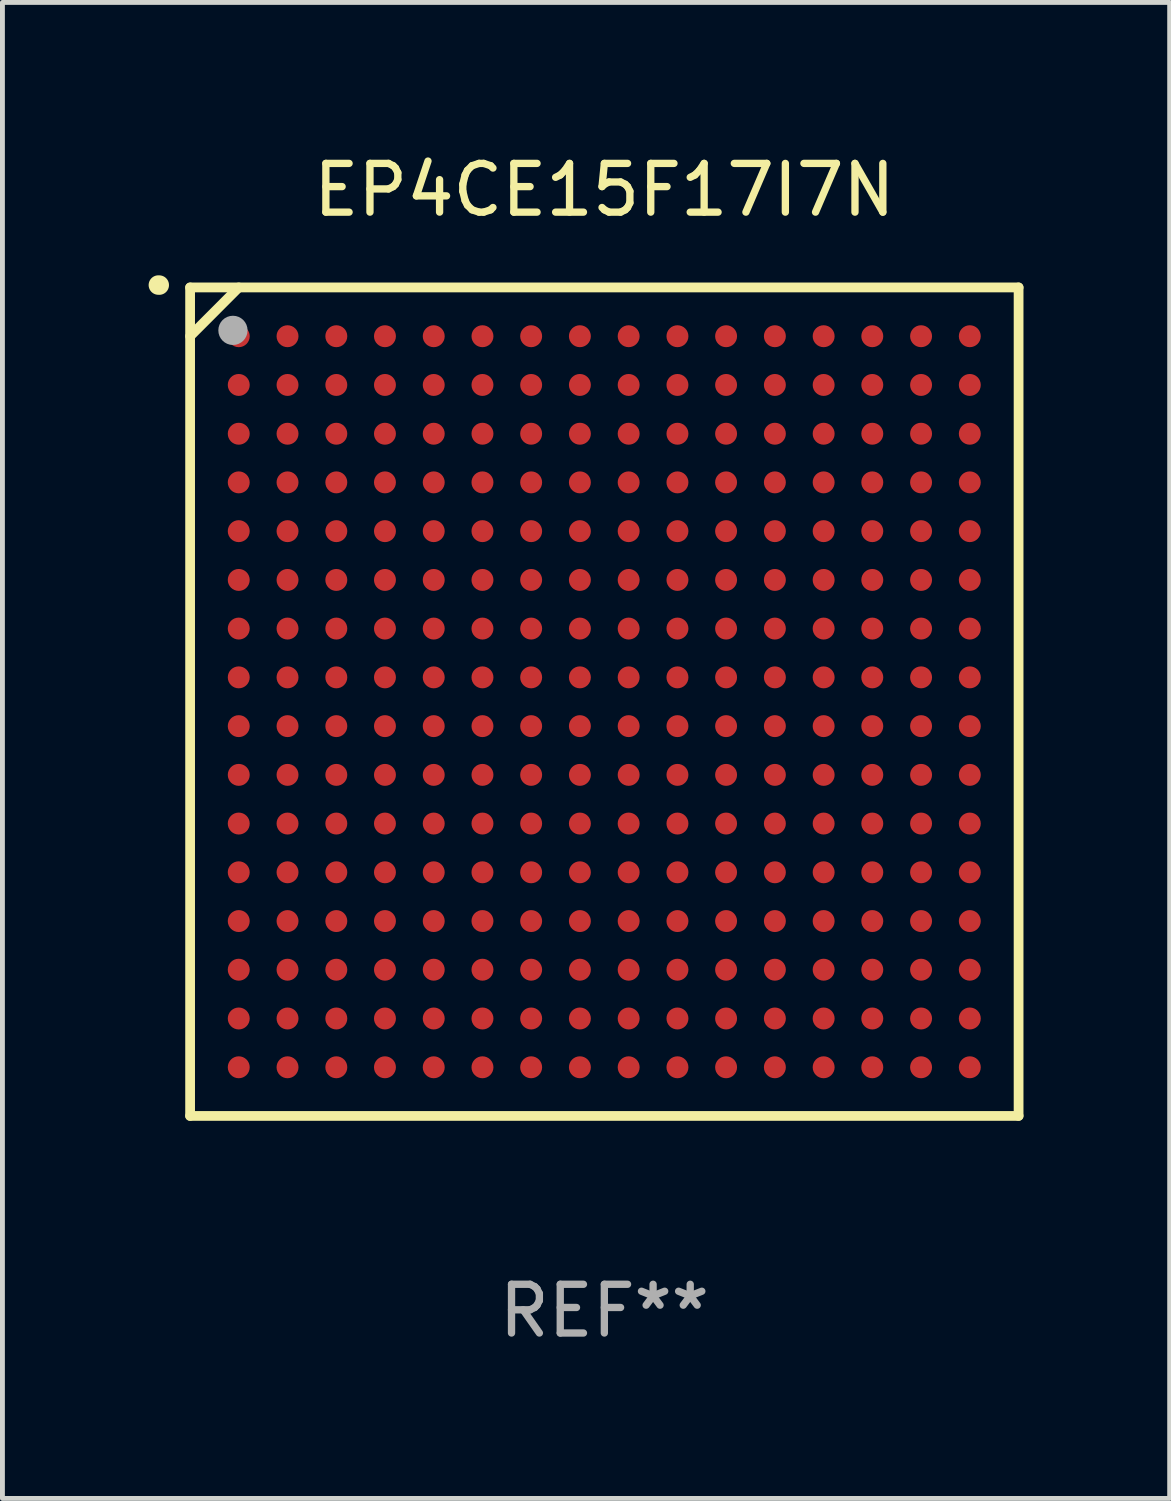
<source format=kicad_pcb>
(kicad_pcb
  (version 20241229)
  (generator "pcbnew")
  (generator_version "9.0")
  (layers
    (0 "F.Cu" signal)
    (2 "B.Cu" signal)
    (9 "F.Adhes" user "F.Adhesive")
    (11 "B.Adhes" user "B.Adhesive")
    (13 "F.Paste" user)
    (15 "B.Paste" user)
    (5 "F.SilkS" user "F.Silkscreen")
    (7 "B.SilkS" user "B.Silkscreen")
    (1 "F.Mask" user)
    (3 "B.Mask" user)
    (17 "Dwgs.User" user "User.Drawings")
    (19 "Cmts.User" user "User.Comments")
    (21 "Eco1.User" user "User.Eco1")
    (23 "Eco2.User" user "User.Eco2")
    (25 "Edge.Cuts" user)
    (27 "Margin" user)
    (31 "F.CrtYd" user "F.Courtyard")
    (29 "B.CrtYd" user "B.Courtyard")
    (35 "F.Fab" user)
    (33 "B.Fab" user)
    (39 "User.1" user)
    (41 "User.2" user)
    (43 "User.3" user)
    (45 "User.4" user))
  (footprint "EP4CE15F17I7N"
    (layer "F.Cu")
    (at 9.351 11.348)
    (property "Reference" "EP4CE15F17I7N" (at 0 -10.5 0) (layer "F.SilkS") (effects (font (size 1 1) (thickness 0.15))))
    (attr through_hole)
    (fp_line (start -8.5 -8.5) (end 8.5 -8.5) (stroke (width 0.2) (type solid)) (layer "F.SilkS"))
    (fp_line (start -8.5 -7.499) (end -7.502 -8.5) (stroke (width 0.2) (type solid)) (layer "F.SilkS"))
    (fp_line (start -8.5 8.5) (end -8.5 -8.5) (stroke (width 0.2) (type solid)) (layer "F.SilkS"))
    (fp_line (start 8.5 -8.5) (end 8.5 8.5) (stroke (width 0.2) (type solid)) (layer "F.SilkS"))
    (fp_line (start 8.5 8.5) (end -8.5 8.5) (stroke (width 0.2) (type solid)) (layer "F.SilkS"))
    (fp_arc (start -9.151181 -8.548768) (mid -9.142295 -8.548541) (end -9.133426 -8.547955) (stroke (width 0.4) (type solid)) (layer "F.SilkS"))
    (fp_circle (center -8.501 -8.499) (end -8.471 -8.499) (stroke (width 0.06) (type solid)) (fill no) (layer "F.SilkS"))
    (fp_circle (center -7.621 -7.619) (end -7.471 -7.619) (stroke (width 0.3) (type solid)) (fill no) (layer "F.Fab"))
    (fp_text user "REF**" (at 0 12.5 0) (layer "F.Fab") (effects (font (size 1 1) (thickness 0.15))))
    (pad "A1" smd circle (at -7.502 -7.499) (size 0.45 0.45) (layers "F.Cu" "F.Mask" "F.Paste"))
    (pad "A2" smd circle (at -6.501 -7.499) (size 0.45 0.45) (layers "F.Cu" "F.Mask" "F.Paste"))
    (pad "A3" smd circle (at -5.5 -7.499) (size 0.45 0.45) (layers "F.Cu" "F.Mask" "F.Paste"))
    (pad "A4" smd circle (at -4.502 -7.499) (size 0.45 0.45) (layers "F.Cu" "F.Mask" "F.Paste"))
    (pad "A5" smd circle (at -3.501 -7.499) (size 0.45 0.45) (layers "F.Cu" "F.Mask" "F.Paste"))
    (pad "A6" smd circle (at -2.501 -7.499) (size 0.45 0.45) (layers "F.Cu" "F.Mask" "F.Paste"))
    (pad "A7" smd circle (at -1.502 -7.499) (size 0.45 0.45) (layers "F.Cu" "F.Mask" "F.Paste"))
    (pad "A8" smd circle (at -0.502 -7.499) (size 0.45 0.45) (layers "F.Cu" "F.Mask" "F.Paste"))
    (pad "A9" smd circle (at 0.499 -7.499) (size 0.45 0.45) (layers "F.Cu" "F.Mask" "F.Paste"))
    (pad "A10" smd circle (at 1.5 -7.499) (size 0.45 0.45) (layers "F.Cu" "F.Mask" "F.Paste"))
    (pad "A11" smd circle (at 2.498 -7.499) (size 0.45 0.45) (layers "F.Cu" "F.Mask" "F.Paste"))
    (pad "A12" smd circle (at 3.499 -7.499) (size 0.45 0.45) (layers "F.Cu" "F.Mask" "F.Paste"))
    (pad "A13" smd circle (at 4.5 -7.499) (size 0.45 0.45) (layers "F.Cu" "F.Mask" "F.Paste"))
    (pad "A14" smd circle (at 5.498 -7.499) (size 0.45 0.45) (layers "F.Cu" "F.Mask" "F.Paste"))
    (pad "A15" smd circle (at 6.499 -7.499) (size 0.45 0.45) (layers "F.Cu" "F.Mask" "F.Paste"))
    (pad "A16" smd circle (at 7.499 -7.499) (size 0.45 0.45) (layers "F.Cu" "F.Mask" "F.Paste"))
    (pad "B1" smd circle (at -7.502 -6.499) (size 0.45 0.45) (layers "F.Cu" "F.Mask" "F.Paste"))
    (pad "B2" smd circle (at -6.501 -6.499) (size 0.45 0.45) (layers "F.Cu" "F.Mask" "F.Paste"))
    (pad "B3" smd circle (at -5.5 -6.499) (size 0.45 0.45) (layers "F.Cu" "F.Mask" "F.Paste"))
    (pad "B4" smd circle (at -4.502 -6.499) (size 0.45 0.45) (layers "F.Cu" "F.Mask" "F.Paste"))
    (pad "B5" smd circle (at -3.501 -6.499) (size 0.45 0.45) (layers "F.Cu" "F.Mask" "F.Paste"))
    (pad "B6" smd circle (at -2.501 -6.499) (size 0.45 0.45) (layers "F.Cu" "F.Mask" "F.Paste"))
    (pad "B7" smd circle (at -1.502 -6.499) (size 0.45 0.45) (layers "F.Cu" "F.Mask" "F.Paste"))
    (pad "B8" smd circle (at -0.502 -6.499) (size 0.45 0.45) (layers "F.Cu" "F.Mask" "F.Paste"))
    (pad "B9" smd circle (at 0.499 -6.499) (size 0.45 0.45) (layers "F.Cu" "F.Mask" "F.Paste"))
    (pad "B10" smd circle (at 1.5 -6.499) (size 0.45 0.45) (layers "F.Cu" "F.Mask" "F.Paste"))
    (pad "B11" smd circle (at 2.498 -6.499) (size 0.45 0.45) (layers "F.Cu" "F.Mask" "F.Paste"))
    (pad "B12" smd circle (at 3.499 -6.499) (size 0.45 0.45) (layers "F.Cu" "F.Mask" "F.Paste"))
    (pad "B13" smd circle (at 4.5 -6.499) (size 0.45 0.45) (layers "F.Cu" "F.Mask" "F.Paste"))
    (pad "B14" smd circle (at 5.498 -6.499) (size 0.45 0.45) (layers "F.Cu" "F.Mask" "F.Paste"))
    (pad "B15" smd circle (at 6.499 -6.499) (size 0.45 0.45) (layers "F.Cu" "F.Mask" "F.Paste"))
    (pad "B16" smd circle (at 7.499 -6.499) (size 0.45 0.45) (layers "F.Cu" "F.Mask" "F.Paste"))
    (pad "C1" smd circle (at -7.502 -5.498) (size 0.45 0.45) (layers "F.Cu" "F.Mask" "F.Paste"))
    (pad "C2" smd circle (at -6.501 -5.498) (size 0.45 0.45) (layers "F.Cu" "F.Mask" "F.Paste"))
    (pad "C3" smd circle (at -5.5 -5.498) (size 0.45 0.45) (layers "F.Cu" "F.Mask" "F.Paste"))
    (pad "C4" smd circle (at -4.502 -5.498) (size 0.45 0.45) (layers "F.Cu" "F.Mask" "F.Paste"))
    (pad "C5" smd circle (at -3.501 -5.498) (size 0.45 0.45) (layers "F.Cu" "F.Mask" "F.Paste"))
    (pad "C6" smd circle (at -2.501 -5.498) (size 0.45 0.45) (layers "F.Cu" "F.Mask" "F.Paste"))
    (pad "C7" smd circle (at -1.502 -5.498) (size 0.45 0.45) (layers "F.Cu" "F.Mask" "F.Paste"))
    (pad "C8" smd circle (at -0.502 -5.498) (size 0.45 0.45) (layers "F.Cu" "F.Mask" "F.Paste"))
    (pad "C9" smd circle (at 0.499 -5.498) (size 0.45 0.45) (layers "F.Cu" "F.Mask" "F.Paste"))
    (pad "C10" smd circle (at 1.5 -5.498) (size 0.45 0.45) (layers "F.Cu" "F.Mask" "F.Paste"))
    (pad "C11" smd circle (at 2.498 -5.498) (size 0.45 0.45) (layers "F.Cu" "F.Mask" "F.Paste"))
    (pad "C12" smd circle (at 3.499 -5.498) (size 0.45 0.45) (layers "F.Cu" "F.Mask" "F.Paste"))
    (pad "C13" smd circle (at 4.5 -5.498) (size 0.45 0.45) (layers "F.Cu" "F.Mask" "F.Paste"))
    (pad "C14" smd circle (at 5.498 -5.498) (size 0.45 0.45) (layers "F.Cu" "F.Mask" "F.Paste"))
    (pad "C15" smd circle (at 6.499 -5.498) (size 0.45 0.45) (layers "F.Cu" "F.Mask" "F.Paste"))
    (pad "C16" smd circle (at 7.499 -5.498) (size 0.45 0.45) (layers "F.Cu" "F.Mask" "F.Paste"))
    (pad "D1" smd circle (at -7.502 -4.5) (size 0.45 0.45) (layers "F.Cu" "F.Mask" "F.Paste"))
    (pad "D2" smd circle (at -6.501 -4.5) (size 0.45 0.45) (layers "F.Cu" "F.Mask" "F.Paste"))
    (pad "D3" smd circle (at -5.5 -4.5) (size 0.45 0.45) (layers "F.Cu" "F.Mask" "F.Paste"))
    (pad "D4" smd circle (at -4.502 -4.5) (size 0.45 0.45) (layers "F.Cu" "F.Mask" "F.Paste"))
    (pad "D5" smd circle (at -3.501 -4.5) (size 0.45 0.45) (layers "F.Cu" "F.Mask" "F.Paste"))
    (pad "D6" smd circle (at -2.501 -4.5) (size 0.45 0.45) (layers "F.Cu" "F.Mask" "F.Paste"))
    (pad "D7" smd circle (at -1.502 -4.5) (size 0.45 0.45) (layers "F.Cu" "F.Mask" "F.Paste"))
    (pad "D8" smd circle (at -0.502 -4.5) (size 0.45 0.45) (layers "F.Cu" "F.Mask" "F.Paste"))
    (pad "D9" smd circle (at 0.499 -4.5) (size 0.45 0.45) (layers "F.Cu" "F.Mask" "F.Paste"))
    (pad "D10" smd circle (at 1.5 -4.5) (size 0.45 0.45) (layers "F.Cu" "F.Mask" "F.Paste"))
    (pad "D11" smd circle (at 2.498 -4.5) (size 0.45 0.45) (layers "F.Cu" "F.Mask" "F.Paste"))
    (pad "D12" smd circle (at 3.499 -4.5) (size 0.45 0.45) (layers "F.Cu" "F.Mask" "F.Paste"))
    (pad "D13" smd circle (at 4.5 -4.5) (size 0.45 0.45) (layers "F.Cu" "F.Mask" "F.Paste"))
    (pad "D14" smd circle (at 5.498 -4.5) (size 0.45 0.45) (layers "F.Cu" "F.Mask" "F.Paste"))
    (pad "D15" smd circle (at 6.499 -4.5) (size 0.45 0.45) (layers "F.Cu" "F.Mask" "F.Paste"))
    (pad "D16" smd circle (at 7.499 -4.5) (size 0.45 0.45) (layers "F.Cu" "F.Mask" "F.Paste"))
    (pad "E1" smd circle (at -7.502 -3.499) (size 0.45 0.45) (layers "F.Cu" "F.Mask" "F.Paste"))
    (pad "E2" smd circle (at -6.501 -3.499) (size 0.45 0.45) (layers "F.Cu" "F.Mask" "F.Paste"))
    (pad "E3" smd circle (at -5.5 -3.499) (size 0.45 0.45) (layers "F.Cu" "F.Mask" "F.Paste"))
    (pad "E4" smd circle (at -4.502 -3.499) (size 0.45 0.45) (layers "F.Cu" "F.Mask" "F.Paste"))
    (pad "E5" smd circle (at -3.501 -3.499) (size 0.45 0.45) (layers "F.Cu" "F.Mask" "F.Paste"))
    (pad "E6" smd circle (at -2.501 -3.499) (size 0.45 0.45) (layers "F.Cu" "F.Mask" "F.Paste"))
    (pad "E7" smd circle (at -1.502 -3.499) (size 0.45 0.45) (layers "F.Cu" "F.Mask" "F.Paste"))
    (pad "E8" smd circle (at -0.502 -3.499) (size 0.45 0.45) (layers "F.Cu" "F.Mask" "F.Paste"))
    (pad "E9" smd circle (at 0.499 -3.499) (size 0.45 0.45) (layers "F.Cu" "F.Mask" "F.Paste"))
    (pad "E10" smd circle (at 1.5 -3.499) (size 0.45 0.45) (layers "F.Cu" "F.Mask" "F.Paste"))
    (pad "E11" smd circle (at 2.498 -3.499) (size 0.45 0.45) (layers "F.Cu" "F.Mask" "F.Paste"))
    (pad "E12" smd circle (at 3.499 -3.499) (size 0.45 0.45) (layers "F.Cu" "F.Mask" "F.Paste"))
    (pad "E13" smd circle (at 4.5 -3.499) (size 0.45 0.45) (layers "F.Cu" "F.Mask" "F.Paste"))
    (pad "E14" smd circle (at 5.498 -3.499) (size 0.45 0.45) (layers "F.Cu" "F.Mask" "F.Paste"))
    (pad "E15" smd circle (at 6.499 -3.499) (size 0.45 0.45) (layers "F.Cu" "F.Mask" "F.Paste"))
    (pad "E16" smd circle (at 7.499 -3.499) (size 0.45 0.45) (layers "F.Cu" "F.Mask" "F.Paste"))
    (pad "F1" smd circle (at -7.502 -2.498) (size 0.45 0.45) (layers "F.Cu" "F.Mask" "F.Paste"))
    (pad "F2" smd circle (at -6.501 -2.498) (size 0.45 0.45) (layers "F.Cu" "F.Mask" "F.Paste"))
    (pad "F3" smd circle (at -5.5 -2.498) (size 0.45 0.45) (layers "F.Cu" "F.Mask" "F.Paste"))
    (pad "F4" smd circle (at -4.502 -2.498) (size 0.45 0.45) (layers "F.Cu" "F.Mask" "F.Paste"))
    (pad "F5" smd circle (at -3.501 -2.498) (size 0.45 0.45) (layers "F.Cu" "F.Mask" "F.Paste"))
    (pad "F6" smd circle (at -2.501 -2.498) (size 0.45 0.45) (layers "F.Cu" "F.Mask" "F.Paste"))
    (pad "F7" smd circle (at -1.502 -2.498) (size 0.45 0.45) (layers "F.Cu" "F.Mask" "F.Paste"))
    (pad "F8" smd circle (at -0.502 -2.498) (size 0.45 0.45) (layers "F.Cu" "F.Mask" "F.Paste"))
    (pad "F9" smd circle (at 0.499 -2.498) (size 0.45 0.45) (layers "F.Cu" "F.Mask" "F.Paste"))
    (pad "F10" smd circle (at 1.5 -2.498) (size 0.45 0.45) (layers "F.Cu" "F.Mask" "F.Paste"))
    (pad "F11" smd circle (at 2.498 -2.498) (size 0.45 0.45) (layers "F.Cu" "F.Mask" "F.Paste"))
    (pad "F12" smd circle (at 3.499 -2.498) (size 0.45 0.45) (layers "F.Cu" "F.Mask" "F.Paste"))
    (pad "F13" smd circle (at 4.5 -2.498) (size 0.45 0.45) (layers "F.Cu" "F.Mask" "F.Paste"))
    (pad "F14" smd circle (at 5.498 -2.498) (size 0.45 0.45) (layers "F.Cu" "F.Mask" "F.Paste"))
    (pad "F15" smd circle (at 6.499 -2.498) (size 0.45 0.45) (layers "F.Cu" "F.Mask" "F.Paste"))
    (pad "F16" smd circle (at 7.499 -2.498) (size 0.45 0.45) (layers "F.Cu" "F.Mask" "F.Paste"))
    (pad "G1" smd circle (at -7.502 -1.5) (size 0.45 0.45) (layers "F.Cu" "F.Mask" "F.Paste"))
    (pad "G2" smd circle (at -6.501 -1.5) (size 0.45 0.45) (layers "F.Cu" "F.Mask" "F.Paste"))
    (pad "G3" smd circle (at -5.5 -1.5) (size 0.45 0.45) (layers "F.Cu" "F.Mask" "F.Paste"))
    (pad "G4" smd circle (at -4.502 -1.5) (size 0.45 0.45) (layers "F.Cu" "F.Mask" "F.Paste"))
    (pad "G5" smd circle (at -3.501 -1.5) (size 0.45 0.45) (layers "F.Cu" "F.Mask" "F.Paste"))
    (pad "G6" smd circle (at -2.501 -1.5) (size 0.45 0.45) (layers "F.Cu" "F.Mask" "F.Paste"))
    (pad "G7" smd circle (at -1.502 -1.5) (size 0.45 0.45) (layers "F.Cu" "F.Mask" "F.Paste"))
    (pad "G8" smd circle (at -0.502 -1.5) (size 0.45 0.45) (layers "F.Cu" "F.Mask" "F.Paste"))
    (pad "G9" smd circle (at 0.499 -1.5) (size 0.45 0.45) (layers "F.Cu" "F.Mask" "F.Paste"))
    (pad "G10" smd circle (at 1.5 -1.5) (size 0.45 0.45) (layers "F.Cu" "F.Mask" "F.Paste"))
    (pad "G11" smd circle (at 2.498 -1.5) (size 0.45 0.45) (layers "F.Cu" "F.Mask" "F.Paste"))
    (pad "G12" smd circle (at 3.499 -1.5) (size 0.45 0.45) (layers "F.Cu" "F.Mask" "F.Paste"))
    (pad "G13" smd circle (at 4.5 -1.5) (size 0.45 0.45) (layers "F.Cu" "F.Mask" "F.Paste"))
    (pad "G14" smd circle (at 5.498 -1.5) (size 0.45 0.45) (layers "F.Cu" "F.Mask" "F.Paste"))
    (pad "G15" smd circle (at 6.499 -1.5) (size 0.45 0.45) (layers "F.Cu" "F.Mask" "F.Paste"))
    (pad "G16" smd circle (at 7.499 -1.5) (size 0.45 0.45) (layers "F.Cu" "F.Mask" "F.Paste"))
    (pad "H1" smd circle (at -7.502 -0.499) (size 0.45 0.45) (layers "F.Cu" "F.Mask" "F.Paste"))
    (pad "H2" smd circle (at -6.501 -0.499) (size 0.45 0.45) (layers "F.Cu" "F.Mask" "F.Paste"))
    (pad "H3" smd circle (at -5.5 -0.499) (size 0.45 0.45) (layers "F.Cu" "F.Mask" "F.Paste"))
    (pad "H4" smd circle (at -4.502 -0.499) (size 0.45 0.45) (layers "F.Cu" "F.Mask" "F.Paste"))
    (pad "H5" smd circle (at -3.501 -0.499) (size 0.45 0.45) (layers "F.Cu" "F.Mask" "F.Paste"))
    (pad "H6" smd circle (at -2.501 -0.499) (size 0.45 0.45) (layers "F.Cu" "F.Mask" "F.Paste"))
    (pad "H7" smd circle (at -1.502 -0.499) (size 0.45 0.45) (layers "F.Cu" "F.Mask" "F.Paste"))
    (pad "H8" smd circle (at -0.502 -0.499) (size 0.45 0.45) (layers "F.Cu" "F.Mask" "F.Paste"))
    (pad "H9" smd circle (at 0.499 -0.499) (size 0.45 0.45) (layers "F.Cu" "F.Mask" "F.Paste"))
    (pad "H10" smd circle (at 1.5 -0.499) (size 0.45 0.45) (layers "F.Cu" "F.Mask" "F.Paste"))
    (pad "H11" smd circle (at 2.498 -0.499) (size 0.45 0.45) (layers "F.Cu" "F.Mask" "F.Paste"))
    (pad "H12" smd circle (at 3.499 -0.499) (size 0.45 0.45) (layers "F.Cu" "F.Mask" "F.Paste"))
    (pad "H13" smd circle (at 4.5 -0.499) (size 0.45 0.45) (layers "F.Cu" "F.Mask" "F.Paste"))
    (pad "H14" smd circle (at 5.498 -0.499) (size 0.45 0.45) (layers "F.Cu" "F.Mask" "F.Paste"))
    (pad "H15" smd circle (at 6.499 -0.499) (size 0.45 0.45) (layers "F.Cu" "F.Mask" "F.Paste"))
    (pad "H16" smd circle (at 7.499 -0.499) (size 0.45 0.45) (layers "F.Cu" "F.Mask" "F.Paste"))
    (pad "J1" smd circle (at -7.502 0.502) (size 0.45 0.45) (layers "F.Cu" "F.Mask" "F.Paste"))
    (pad "J2" smd circle (at -6.501 0.502) (size 0.45 0.45) (layers "F.Cu" "F.Mask" "F.Paste"))
    (pad "J3" smd circle (at -5.5 0.502) (size 0.45 0.45) (layers "F.Cu" "F.Mask" "F.Paste"))
    (pad "J4" smd circle (at -4.502 0.502) (size 0.45 0.45) (layers "F.Cu" "F.Mask" "F.Paste"))
    (pad "J5" smd circle (at -3.501 0.502) (size 0.45 0.45) (layers "F.Cu" "F.Mask" "F.Paste"))
    (pad "J6" smd circle (at -2.501 0.502) (size 0.45 0.45) (layers "F.Cu" "F.Mask" "F.Paste"))
    (pad "J7" smd circle (at -1.502 0.502) (size 0.45 0.45) (layers "F.Cu" "F.Mask" "F.Paste"))
    (pad "J8" smd circle (at -0.502 0.502) (size 0.45 0.45) (layers "F.Cu" "F.Mask" "F.Paste"))
    (pad "J9" smd circle (at 0.499 0.502) (size 0.45 0.45) (layers "F.Cu" "F.Mask" "F.Paste"))
    (pad "J10" smd circle (at 1.5 0.502) (size 0.45 0.45) (layers "F.Cu" "F.Mask" "F.Paste"))
    (pad "J11" smd circle (at 2.498 0.502) (size 0.45 0.45) (layers "F.Cu" "F.Mask" "F.Paste"))
    (pad "J12" smd circle (at 3.499 0.502) (size 0.45 0.45) (layers "F.Cu" "F.Mask" "F.Paste"))
    (pad "J13" smd circle (at 4.5 0.502) (size 0.45 0.45) (layers "F.Cu" "F.Mask" "F.Paste"))
    (pad "J14" smd circle (at 5.498 0.502) (size 0.45 0.45) (layers "F.Cu" "F.Mask" "F.Paste"))
    (pad "J15" smd circle (at 6.499 0.502) (size 0.45 0.45) (layers "F.Cu" "F.Mask" "F.Paste"))
    (pad "J16" smd circle (at 7.499 0.502) (size 0.45 0.45) (layers "F.Cu" "F.Mask" "F.Paste"))
    (pad "K1" smd circle (at -7.502 1.502) (size 0.45 0.45) (layers "F.Cu" "F.Mask" "F.Paste"))
    (pad "K2" smd circle (at -6.501 1.502) (size 0.45 0.45) (layers "F.Cu" "F.Mask" "F.Paste"))
    (pad "K3" smd circle (at -5.5 1.502) (size 0.45 0.45) (layers "F.Cu" "F.Mask" "F.Paste"))
    (pad "K4" smd circle (at -4.502 1.502) (size 0.45 0.45) (layers "F.Cu" "F.Mask" "F.Paste"))
    (pad "K5" smd circle (at -3.501 1.502) (size 0.45 0.45) (layers "F.Cu" "F.Mask" "F.Paste"))
    (pad "K6" smd circle (at -2.501 1.502) (size 0.45 0.45) (layers "F.Cu" "F.Mask" "F.Paste"))
    (pad "K7" smd circle (at -1.502 1.502) (size 0.45 0.45) (layers "F.Cu" "F.Mask" "F.Paste"))
    (pad "K8" smd circle (at -0.502 1.502) (size 0.45 0.45) (layers "F.Cu" "F.Mask" "F.Paste"))
    (pad "K9" smd circle (at 0.499 1.502) (size 0.45 0.45) (layers "F.Cu" "F.Mask" "F.Paste"))
    (pad "K10" smd circle (at 1.5 1.502) (size 0.45 0.45) (layers "F.Cu" "F.Mask" "F.Paste"))
    (pad "K11" smd circle (at 2.498 1.502) (size 0.45 0.45) (layers "F.Cu" "F.Mask" "F.Paste"))
    (pad "K12" smd circle (at 3.499 1.502) (size 0.45 0.45) (layers "F.Cu" "F.Mask" "F.Paste"))
    (pad "K13" smd circle (at 4.5 1.502) (size 0.45 0.45) (layers "F.Cu" "F.Mask" "F.Paste"))
    (pad "K14" smd circle (at 5.498 1.502) (size 0.45 0.45) (layers "F.Cu" "F.Mask" "F.Paste"))
    (pad "K15" smd circle (at 6.499 1.502) (size 0.45 0.45) (layers "F.Cu" "F.Mask" "F.Paste"))
    (pad "K16" smd circle (at 7.499 1.502) (size 0.45 0.45) (layers "F.Cu" "F.Mask" "F.Paste"))
    (pad "L1" smd circle (at -7.502 2.501) (size 0.45 0.45) (layers "F.Cu" "F.Mask" "F.Paste"))
    (pad "L2" smd circle (at -6.501 2.501) (size 0.45 0.45) (layers "F.Cu" "F.Mask" "F.Paste"))
    (pad "L3" smd circle (at -5.5 2.501) (size 0.45 0.45) (layers "F.Cu" "F.Mask" "F.Paste"))
    (pad "L4" smd circle (at -4.502 2.501) (size 0.45 0.45) (layers "F.Cu" "F.Mask" "F.Paste"))
    (pad "L5" smd circle (at -3.501 2.501) (size 0.45 0.45) (layers "F.Cu" "F.Mask" "F.Paste"))
    (pad "L6" smd circle (at -2.501 2.501) (size 0.45 0.45) (layers "F.Cu" "F.Mask" "F.Paste"))
    (pad "L7" smd circle (at -1.502 2.501) (size 0.45 0.45) (layers "F.Cu" "F.Mask" "F.Paste"))
    (pad "L8" smd circle (at -0.502 2.501) (size 0.45 0.45) (layers "F.Cu" "F.Mask" "F.Paste"))
    (pad "L9" smd circle (at 0.499 2.501) (size 0.45 0.45) (layers "F.Cu" "F.Mask" "F.Paste"))
    (pad "L10" smd circle (at 1.5 2.501) (size 0.45 0.45) (layers "F.Cu" "F.Mask" "F.Paste"))
    (pad "L11" smd circle (at 2.498 2.501) (size 0.45 0.45) (layers "F.Cu" "F.Mask" "F.Paste"))
    (pad "L12" smd circle (at 3.499 2.501) (size 0.45 0.45) (layers "F.Cu" "F.Mask" "F.Paste"))
    (pad "L13" smd circle (at 4.5 2.501) (size 0.45 0.45) (layers "F.Cu" "F.Mask" "F.Paste"))
    (pad "L14" smd circle (at 5.498 2.501) (size 0.45 0.45) (layers "F.Cu" "F.Mask" "F.Paste"))
    (pad "L15" smd circle (at 6.499 2.501) (size 0.45 0.45) (layers "F.Cu" "F.Mask" "F.Paste"))
    (pad "L16" smd circle (at 7.499 2.501) (size 0.45 0.45) (layers "F.Cu" "F.Mask" "F.Paste"))
    (pad "M1" smd circle (at -7.502 3.501) (size 0.45 0.45) (layers "F.Cu" "F.Mask" "F.Paste"))
    (pad "M2" smd circle (at -6.501 3.501) (size 0.45 0.45) (layers "F.Cu" "F.Mask" "F.Paste"))
    (pad "M3" smd circle (at -5.5 3.501) (size 0.45 0.45) (layers "F.Cu" "F.Mask" "F.Paste"))
    (pad "M4" smd circle (at -4.502 3.501) (size 0.45 0.45) (layers "F.Cu" "F.Mask" "F.Paste"))
    (pad "M5" smd circle (at -3.501 3.501) (size 0.45 0.45) (layers "F.Cu" "F.Mask" "F.Paste"))
    (pad "M6" smd circle (at -2.501 3.501) (size 0.45 0.45) (layers "F.Cu" "F.Mask" "F.Paste"))
    (pad "M7" smd circle (at -1.502 3.501) (size 0.45 0.45) (layers "F.Cu" "F.Mask" "F.Paste"))
    (pad "M8" smd circle (at -0.502 3.501) (size 0.45 0.45) (layers "F.Cu" "F.Mask" "F.Paste"))
    (pad "M9" smd circle (at 0.499 3.501) (size 0.45 0.45) (layers "F.Cu" "F.Mask" "F.Paste"))
    (pad "M10" smd circle (at 1.5 3.501) (size 0.45 0.45) (layers "F.Cu" "F.Mask" "F.Paste"))
    (pad "M11" smd circle (at 2.498 3.501) (size 0.45 0.45) (layers "F.Cu" "F.Mask" "F.Paste"))
    (pad "M12" smd circle (at 3.499 3.501) (size 0.45 0.45) (layers "F.Cu" "F.Mask" "F.Paste"))
    (pad "M13" smd circle (at 4.5 3.501) (size 0.45 0.45) (layers "F.Cu" "F.Mask" "F.Paste"))
    (pad "M14" smd circle (at 5.498 3.501) (size 0.45 0.45) (layers "F.Cu" "F.Mask" "F.Paste"))
    (pad "M15" smd circle (at 6.499 3.501) (size 0.45 0.45) (layers "F.Cu" "F.Mask" "F.Paste"))
    (pad "M16" smd circle (at 7.499 3.501) (size 0.45 0.45) (layers "F.Cu" "F.Mask" "F.Paste"))
    (pad "N1" smd circle (at -7.502 4.502) (size 0.45 0.45) (layers "F.Cu" "F.Mask" "F.Paste"))
    (pad "N2" smd circle (at -6.501 4.502) (size 0.45 0.45) (layers "F.Cu" "F.Mask" "F.Paste"))
    (pad "N3" smd circle (at -5.5 4.502) (size 0.45 0.45) (layers "F.Cu" "F.Mask" "F.Paste"))
    (pad "N4" smd circle (at -4.502 4.502) (size 0.45 0.45) (layers "F.Cu" "F.Mask" "F.Paste"))
    (pad "N5" smd circle (at -3.501 4.502) (size 0.45 0.45) (layers "F.Cu" "F.Mask" "F.Paste"))
    (pad "N6" smd circle (at -2.501 4.502) (size 0.45 0.45) (layers "F.Cu" "F.Mask" "F.Paste"))
    (pad "N7" smd circle (at -1.502 4.502) (size 0.45 0.45) (layers "F.Cu" "F.Mask" "F.Paste"))
    (pad "N8" smd circle (at -0.502 4.502) (size 0.45 0.45) (layers "F.Cu" "F.Mask" "F.Paste"))
    (pad "N9" smd circle (at 0.499 4.502) (size 0.45 0.45) (layers "F.Cu" "F.Mask" "F.Paste"))
    (pad "N10" smd circle (at 1.5 4.502) (size 0.45 0.45) (layers "F.Cu" "F.Mask" "F.Paste"))
    (pad "N11" smd circle (at 2.498 4.502) (size 0.45 0.45) (layers "F.Cu" "F.Mask" "F.Paste"))
    (pad "N12" smd circle (at 3.499 4.502) (size 0.45 0.45) (layers "F.Cu" "F.Mask" "F.Paste"))
    (pad "N13" smd circle (at 4.5 4.502) (size 0.45 0.45) (layers "F.Cu" "F.Mask" "F.Paste"))
    (pad "N14" smd circle (at 5.498 4.502) (size 0.45 0.45) (layers "F.Cu" "F.Mask" "F.Paste"))
    (pad "N15" smd circle (at 6.499 4.502) (size 0.45 0.45) (layers "F.Cu" "F.Mask" "F.Paste"))
    (pad "N16" smd circle (at 7.499 4.502) (size 0.45 0.45) (layers "F.Cu" "F.Mask" "F.Paste"))
    (pad "P1" smd circle (at -7.502 5.5) (size 0.45 0.45) (layers "F.Cu" "F.Mask" "F.Paste"))
    (pad "P2" smd circle (at -6.501 5.5) (size 0.45 0.45) (layers "F.Cu" "F.Mask" "F.Paste"))
    (pad "P3" smd circle (at -5.5 5.5) (size 0.45 0.45) (layers "F.Cu" "F.Mask" "F.Paste"))
    (pad "P4" smd circle (at -4.502 5.5) (size 0.45 0.45) (layers "F.Cu" "F.Mask" "F.Paste"))
    (pad "P5" smd circle (at -3.501 5.5) (size 0.45 0.45) (layers "F.Cu" "F.Mask" "F.Paste"))
    (pad "P6" smd circle (at -2.501 5.5) (size 0.45 0.45) (layers "F.Cu" "F.Mask" "F.Paste"))
    (pad "P7" smd circle (at -1.502 5.5) (size 0.45 0.45) (layers "F.Cu" "F.Mask" "F.Paste"))
    (pad "P8" smd circle (at -0.502 5.5) (size 0.45 0.45) (layers "F.Cu" "F.Mask" "F.Paste"))
    (pad "P9" smd circle (at 0.499 5.5) (size 0.45 0.45) (layers "F.Cu" "F.Mask" "F.Paste"))
    (pad "P10" smd circle (at 1.5 5.5) (size 0.45 0.45) (layers "F.Cu" "F.Mask" "F.Paste"))
    (pad "P11" smd circle (at 2.498 5.5) (size 0.45 0.45) (layers "F.Cu" "F.Mask" "F.Paste"))
    (pad "P12" smd circle (at 3.499 5.5) (size 0.45 0.45) (layers "F.Cu" "F.Mask" "F.Paste"))
    (pad "P13" smd circle (at 4.5 5.5) (size 0.45 0.45) (layers "F.Cu" "F.Mask" "F.Paste"))
    (pad "P14" smd circle (at 5.498 5.5) (size 0.45 0.45) (layers "F.Cu" "F.Mask" "F.Paste"))
    (pad "P15" smd circle (at 6.499 5.5) (size 0.45 0.45) (layers "F.Cu" "F.Mask" "F.Paste"))
    (pad "P16" smd circle (at 7.499 5.5) (size 0.45 0.45) (layers "F.Cu" "F.Mask" "F.Paste"))
    (pad "R1" smd circle (at -7.502 6.501) (size 0.45 0.45) (layers "F.Cu" "F.Mask" "F.Paste"))
    (pad "R2" smd circle (at -6.501 6.501) (size 0.45 0.45) (layers "F.Cu" "F.Mask" "F.Paste"))
    (pad "R3" smd circle (at -5.5 6.501) (size 0.45 0.45) (layers "F.Cu" "F.Mask" "F.Paste"))
    (pad "R4" smd circle (at -4.502 6.501) (size 0.45 0.45) (layers "F.Cu" "F.Mask" "F.Paste"))
    (pad "R5" smd circle (at -3.501 6.501) (size 0.45 0.45) (layers "F.Cu" "F.Mask" "F.Paste"))
    (pad "R6" smd circle (at -2.501 6.501) (size 0.45 0.45) (layers "F.Cu" "F.Mask" "F.Paste"))
    (pad "R7" smd circle (at -1.502 6.501) (size 0.45 0.45) (layers "F.Cu" "F.Mask" "F.Paste"))
    (pad "R8" smd circle (at -0.502 6.501) (size 0.45 0.45) (layers "F.Cu" "F.Mask" "F.Paste"))
    (pad "R9" smd circle (at 0.499 6.501) (size 0.45 0.45) (layers "F.Cu" "F.Mask" "F.Paste"))
    (pad "R10" smd circle (at 1.5 6.501) (size 0.45 0.45) (layers "F.Cu" "F.Mask" "F.Paste"))
    (pad "R11" smd circle (at 2.498 6.501) (size 0.45 0.45) (layers "F.Cu" "F.Mask" "F.Paste"))
    (pad "R12" smd circle (at 3.499 6.501) (size 0.45 0.45) (layers "F.Cu" "F.Mask" "F.Paste"))
    (pad "R13" smd circle (at 4.5 6.501) (size 0.45 0.45) (layers "F.Cu" "F.Mask" "F.Paste"))
    (pad "R14" smd circle (at 5.498 6.501) (size 0.45 0.45) (layers "F.Cu" "F.Mask" "F.Paste"))
    (pad "R15" smd circle (at 6.499 6.501) (size 0.45 0.45) (layers "F.Cu" "F.Mask" "F.Paste"))
    (pad "R16" smd circle (at 7.499 6.501) (size 0.45 0.45) (layers "F.Cu" "F.Mask" "F.Paste"))
    (pad "T1" smd circle (at -7.502 7.502) (size 0.45 0.45) (layers "F.Cu" "F.Mask" "F.Paste"))
    (pad "T2" smd circle (at -6.501 7.502) (size 0.45 0.45) (layers "F.Cu" "F.Mask" "F.Paste"))
    (pad "T3" smd circle (at -5.5 7.502) (size 0.45 0.45) (layers "F.Cu" "F.Mask" "F.Paste"))
    (pad "T4" smd circle (at -4.502 7.502) (size 0.45 0.45) (layers "F.Cu" "F.Mask" "F.Paste"))
    (pad "T5" smd circle (at -3.501 7.502) (size 0.45 0.45) (layers "F.Cu" "F.Mask" "F.Paste"))
    (pad "T6" smd circle (at -2.501 7.502) (size 0.45 0.45) (layers "F.Cu" "F.Mask" "F.Paste"))
    (pad "T7" smd circle (at -1.502 7.502) (size 0.45 0.45) (layers "F.Cu" "F.Mask" "F.Paste"))
    (pad "T8" smd circle (at -0.502 7.502) (size 0.45 0.45) (layers "F.Cu" "F.Mask" "F.Paste"))
    (pad "T9" smd circle (at 0.499 7.502) (size 0.45 0.45) (layers "F.Cu" "F.Mask" "F.Paste"))
    (pad "T10" smd circle (at 1.5 7.502) (size 0.45 0.45) (layers "F.Cu" "F.Mask" "F.Paste"))
    (pad "T11" smd circle (at 2.498 7.502) (size 0.45 0.45) (layers "F.Cu" "F.Mask" "F.Paste"))
    (pad "T12" smd circle (at 3.499 7.502) (size 0.45 0.45) (layers "F.Cu" "F.Mask" "F.Paste"))
    (pad "T13" smd circle (at 4.5 7.502) (size 0.45 0.45) (layers "F.Cu" "F.Mask" "F.Paste"))
    (pad "T14" smd circle (at 5.498 7.502) (size 0.45 0.45) (layers "F.Cu" "F.Mask" "F.Paste"))
    (pad "T15" smd circle (at 6.499 7.502) (size 0.45 0.45) (layers "F.Cu" "F.Mask" "F.Paste"))
    (pad "T16" smd circle (at 7.499 7.502) (size 0.45 0.45) (layers "F.Cu" "F.Mask" "F.Paste")))
  (gr_rect
    (start -3 -3)
    (end 20.951 27.697)
    (stroke (width 0.1) (type default))
    (fill no)
    (layer "Edge.Cuts")))
</source>
